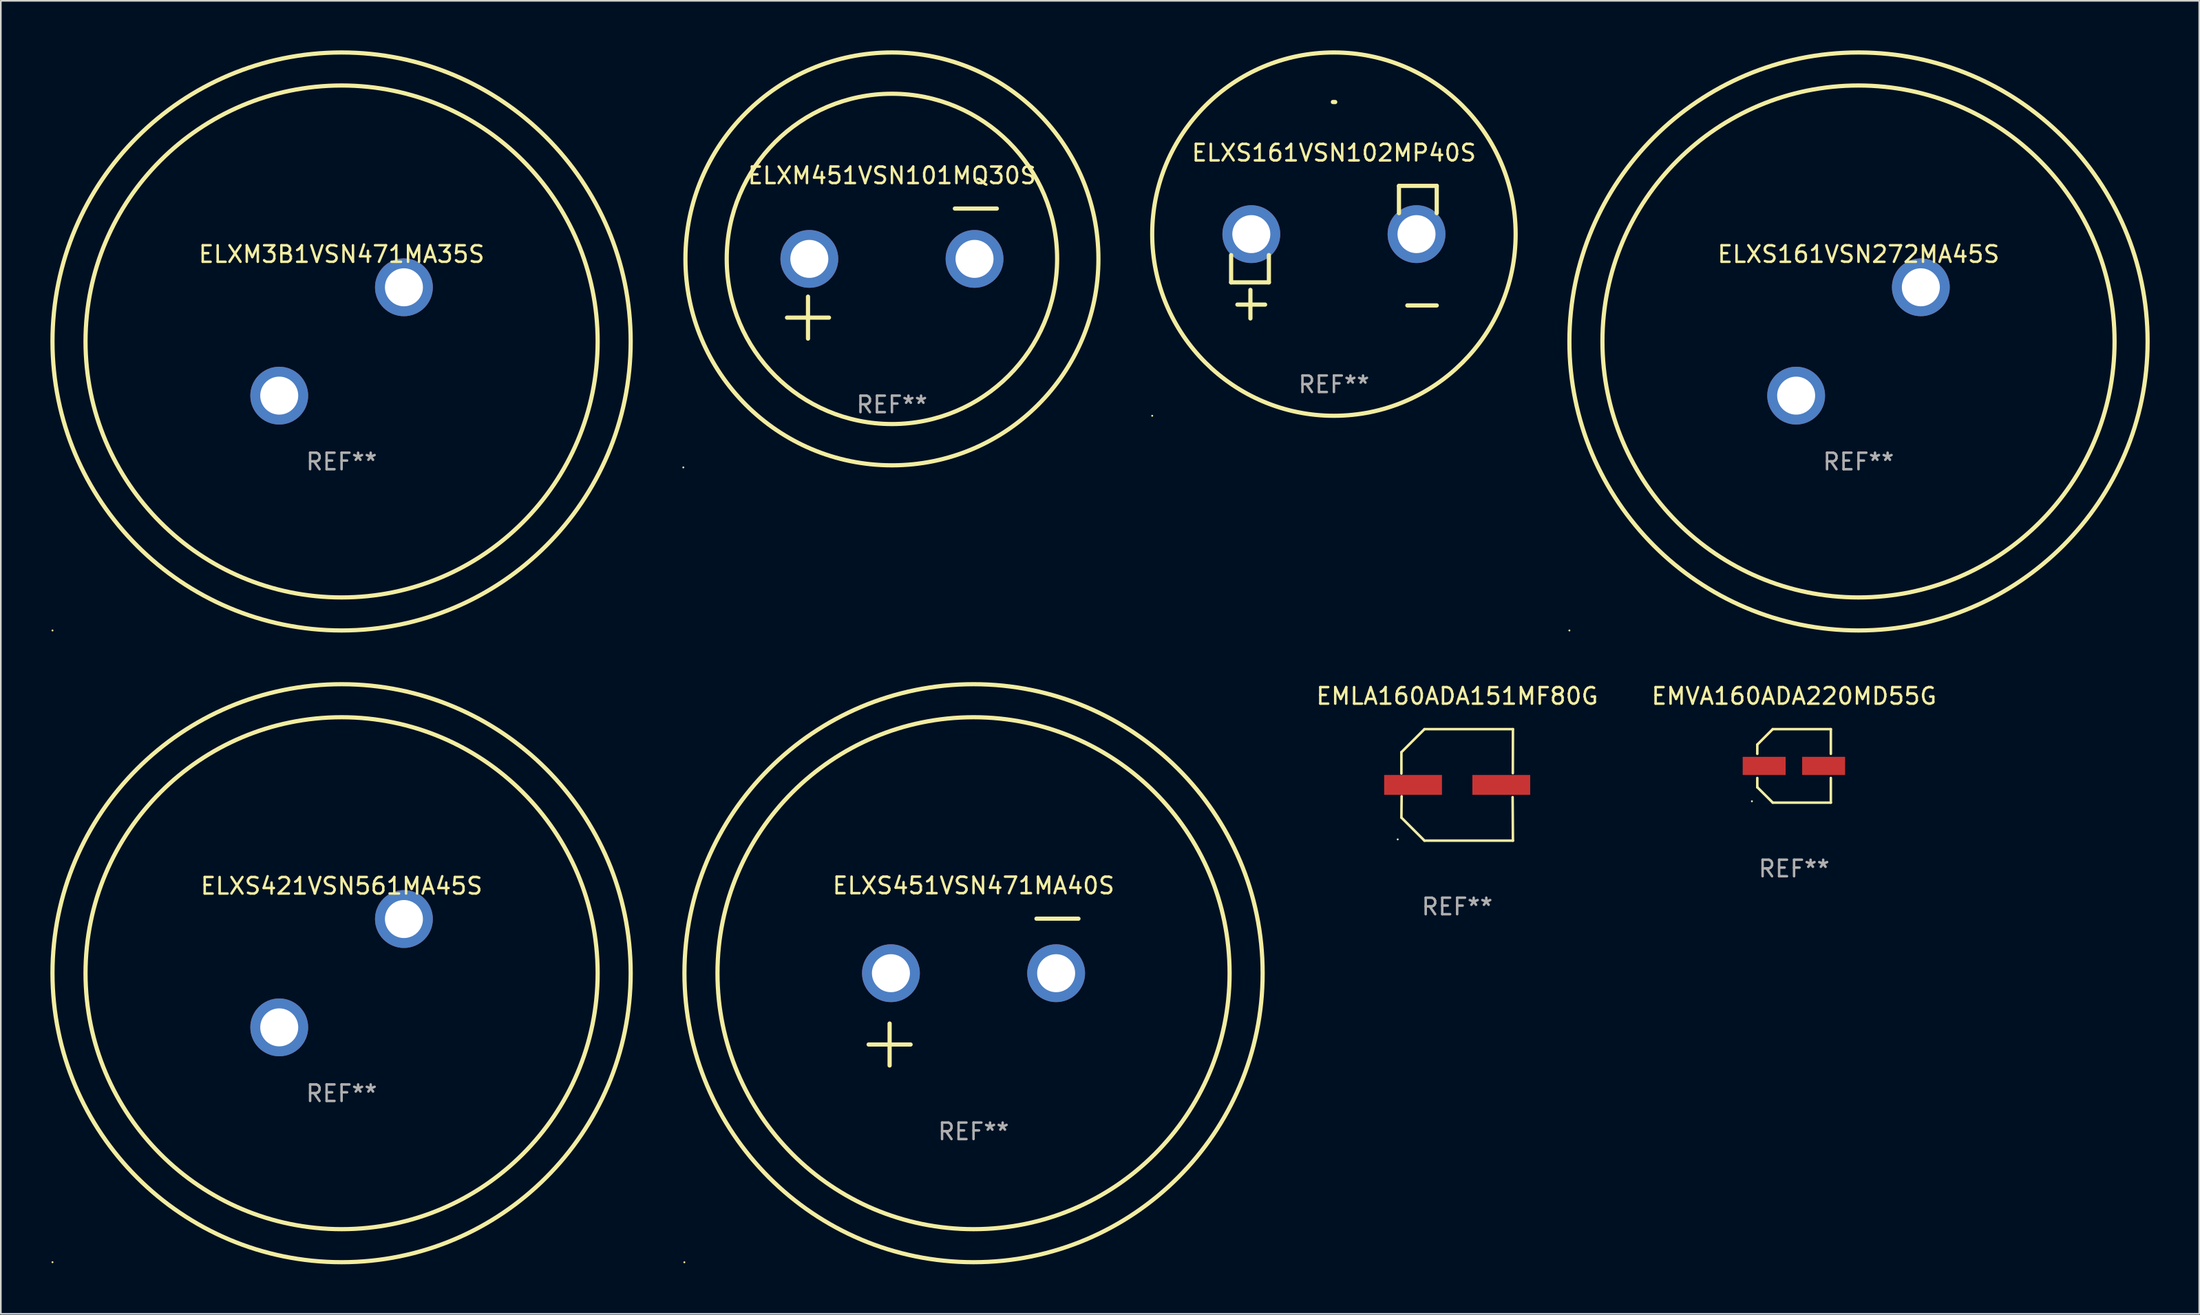
<source format=kicad_pcb>
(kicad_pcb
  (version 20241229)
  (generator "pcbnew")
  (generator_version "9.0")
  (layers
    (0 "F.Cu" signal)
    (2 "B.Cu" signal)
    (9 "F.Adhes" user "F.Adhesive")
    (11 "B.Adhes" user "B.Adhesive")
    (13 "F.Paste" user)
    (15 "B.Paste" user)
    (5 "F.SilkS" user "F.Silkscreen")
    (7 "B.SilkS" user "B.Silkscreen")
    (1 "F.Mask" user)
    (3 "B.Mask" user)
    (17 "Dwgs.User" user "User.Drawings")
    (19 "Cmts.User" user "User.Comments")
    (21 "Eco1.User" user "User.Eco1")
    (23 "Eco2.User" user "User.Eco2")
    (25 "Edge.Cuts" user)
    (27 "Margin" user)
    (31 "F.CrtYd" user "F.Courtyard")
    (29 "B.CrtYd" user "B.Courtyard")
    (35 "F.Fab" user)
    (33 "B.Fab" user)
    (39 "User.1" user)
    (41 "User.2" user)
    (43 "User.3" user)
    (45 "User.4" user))
  (footprint "ELXM451VSN101MQ30S"
    (layer "F.Cu")
    (at 50.941 13.516)
    (property "Reference" "ELXM451VSN101MQ30S" (at 0 -5.937 0) (layer "F.SilkS") (effects (font (size 1 1) (thickness 0.15))))
    (attr through_hole)
    (fp_line (start -6.35 2.667) (end -3.81 2.667) (stroke (width 0.254) (type solid)) (layer "F.SilkS"))
    (fp_line (start -5.08 1.397) (end -5.08 3.937) (stroke (width 0.254) (type solid)) (layer "F.SilkS"))
    (fp_line (start 3.81 -3.937) (end 6.35 -3.937) (stroke (width 0.254) (type solid)) (layer "F.SilkS"))
    (fp_circle (center -12.627 11.738) (end -12.597 11.738) (stroke (width 0.06) (type solid)) (fill no) (layer "F.SilkS"))
    (fp_circle (center 0 -0.889) (end 10 -0.889) (stroke (width 0.254) (type solid)) (fill no) (layer "F.SilkS"))
    (fp_circle (center 0 -0.889) (end 12.5 -0.889) (stroke (width 0.254) (type solid)) (fill no) (layer "F.SilkS"))
    (fp_text user "REF**" (at 0 7.937 0) (layer "F.Fab") (effects (font (size 1 1) (thickness 0.15))))
    (pad "1" thru_hole circle (at -5 -0.889) (size 3.5 3.5) (drill 2.3) (layers "*.Cu" "*.Mask"))
    (pad "2" thru_hole circle (at 5 -0.889) (size 3.5 3.5) (drill 2.3) (layers "*.Cu" "*.Mask")))
  (footprint "ELXS451VSN471MA40S"
    (layer "F.Cu")
    (at 55.881 57.024)
    (property "Reference" "ELXS451VSN471MA40S" (at 0 -6.445 0) (layer "F.SilkS") (effects (font (size 1 1) (thickness 0.15))))
    (attr through_hole)
    (fp_line (start -6.35 3.175) (end -3.81 3.175) (stroke (width 0.254) (type solid)) (layer "F.SilkS"))
    (fp_line (start -5.08 1.905) (end -5.08 4.445) (stroke (width 0.254) (type solid)) (layer "F.SilkS"))
    (fp_line (start 3.81 -4.445) (end 6.35 -4.445) (stroke (width 0.254) (type solid)) (layer "F.SilkS"))
    (fp_circle (center -17.505 16.362) (end -17.475 16.362) (stroke (width 0.06) (type solid)) (fill no) (layer "F.SilkS"))
    (fp_circle (center 0 -1.143) (end 15.5 -1.143) (stroke (width 0.254) (type solid)) (fill no) (layer "F.SilkS"))
    (fp_circle (center 0 -1.143) (end 17.5 -1.143) (stroke (width 0.254) (type solid)) (fill no) (layer "F.SilkS"))
    (fp_text user "REF**" (at 0 8.445 0) (layer "F.Fab") (effects (font (size 1 1) (thickness 0.15))))
    (pad "1" thru_hole circle (at -5 -1.143) (size 3.5 3.5) (drill 2.3) (layers "*.Cu" "*.Mask"))
    (pad "2" thru_hole circle (at 5 -1.143) (size 3.5 3.5) (drill 2.3) (layers "*.Cu" "*.Mask")))
  (footprint "ELXS421VSN561MA45S"
    (layer "F.Cu")
    (at 17.627 55.881)
    (property "Reference" "ELXS421VSN561MA45S" (at 0 -5.28 0) (layer "F.SilkS") (effects (font (size 1 1) (thickness 0.15))))
    (attr through_hole)
    (fp_circle (center -17.5 17.5) (end -17.47 17.5) (stroke (width 0.06) (type solid)) (fill no) (layer "F.SilkS"))
    (fp_circle (center 0.000127 0) (end 15.5 0) (stroke (width 0.254) (type solid)) (fill no) (layer "F.SilkS"))
    (fp_circle (center 0.000127 0) (end 17.5 0) (stroke (width 0.254) (type solid)) (fill no) (layer "F.SilkS"))
    (fp_text user "+" (at -2.209 6.481 0) (layer "B.Mask") (effects (font (size 1 1) (thickness 0.15))))
    (fp_text user "-" (at 3.792 -0.019 0) (layer "B.Mask") (effects (font (size 1 1) (thickness 0.15))))
    (fp_text user "REF**" (at 0 7.28 0) (layer "F.Fab") (effects (font (size 1 1) (thickness 0.15))))
    (pad "1" thru_hole circle (at -3.774 3.28) (size 3.5 3.5) (drill 2.3) (layers "*.Cu" "*.Mask"))
    (pad "2" thru_hole circle (at 3.774 -3.28) (size 3.5 3.5) (drill 2.3) (layers "*.Cu" "*.Mask")))
  (footprint "EMVA160ADA220MD55G"
    (layer "F.Cu")
    (at 105.55 43.328)
    (property "Reference" "EMVA160ADA220MD55G" (at 0 -4.226 0) (layer "F.SilkS") (effects (font (size 1 1) (thickness 0.15))))
    (attr through_hole)
    (fp_line (start -2.226 -1.289) (end -2.226 -0.73) (stroke (width 0.152) (type solid)) (layer "F.SilkS"))
    (fp_line (start -2.226 0.731) (end -2.226 1.291) (stroke (width 0.152) (type solid)) (layer "F.SilkS"))
    (fp_line (start -2.226 1.291) (end -2.226 1.291) (stroke (width 0.152) (type solid)) (layer "F.SilkS"))
    (fp_line (start -1.29 -2.226) (end -2.226 -1.289) (stroke (width 0.152) (type solid)) (layer "F.SilkS"))
    (fp_line (start -1.289 2.226) (end -2.226 1.291) (stroke (width 0.152) (type solid)) (layer "F.SilkS"))
    (fp_line (start 2.226 -2.226) (end -1.29 -2.226) (stroke (width 0.152) (type solid)) (layer "F.SilkS"))
    (fp_line (start 2.226 -0.73) (end 2.226 -2.226) (stroke (width 0.152) (type solid)) (layer "F.SilkS"))
    (fp_line (start 2.226 2.226) (end -1.289 2.226) (stroke (width 0.152) (type solid)) (layer "F.SilkS"))
    (fp_line (start 2.226 2.226) (end 2.226 0.731) (stroke (width 0.152) (type solid)) (layer "F.SilkS"))
    (fp_circle (center -2.551 2.142) (end -2.521 2.142) (stroke (width 0.06) (type solid)) (fill no) (layer "F.SilkS"))
    (fp_text user "REF**" (at 0 6.226 0) (layer "F.Fab") (effects (font (size 1 1) (thickness 0.15))))
    (pad "1" smd rect (at -1.81 0.001) (size 2.6 1.1) (layers "F.Cu" "F.Mask" "F.Paste"))
    (pad "2" smd rect (at 1.79 0.001) (size 2.6 1.1) (layers "F.Cu" "F.Mask" "F.Paste")))
  (footprint "ELXM3B1VSN471MA35S"
    (layer "F.Cu")
    (at 17.627 17.627)
    (property "Reference" "ELXM3B1VSN471MA35S" (at 0 -5.28 0) (layer "F.SilkS") (effects (font (size 1 1) (thickness 0.15))))
    (attr through_hole)
    (fp_circle (center -17.5 17.5) (end -17.47 17.5) (stroke (width 0.06) (type solid)) (fill no) (layer "F.SilkS"))
    (fp_circle (center 0.000127 0) (end 15.5 0) (stroke (width 0.254) (type solid)) (fill no) (layer "F.SilkS"))
    (fp_circle (center 0.000127 0) (end 17.5 0) (stroke (width 0.254) (type solid)) (fill no) (layer "F.SilkS"))
    (fp_text user "+" (at -2.209 6.481 0) (layer "B.Mask") (effects (font (size 1 1) (thickness 0.15))))
    (fp_text user "-" (at 3.792 -0.019 0) (layer "B.Mask") (effects (font (size 1 1) (thickness 0.15))))
    (fp_text user "REF**" (at 0 7.28 0) (layer "F.Fab") (effects (font (size 1 1) (thickness 0.15))))
    (pad "1" thru_hole circle (at -3.774 3.28) (size 3.5 3.5) (drill 2.3) (layers "*.Cu" "*.Mask"))
    (pad "2" thru_hole circle (at 3.774 -3.28) (size 3.5 3.5) (drill 2.3) (layers "*.Cu" "*.Mask")))
  (footprint "ELXS161VSN272MA45S"
    (layer "F.Cu")
    (at 109.45 17.627)
    (property "Reference" "ELXS161VSN272MA45S" (at 0 -5.28 0) (layer "F.SilkS") (effects (font (size 1 1) (thickness 0.15))))
    (attr through_hole)
    (fp_circle (center -17.5 17.5) (end -17.47 17.5) (stroke (width 0.06) (type solid)) (fill no) (layer "F.SilkS"))
    (fp_circle (center 0.000127 0) (end 15.5 0) (stroke (width 0.254) (type solid)) (fill no) (layer "F.SilkS"))
    (fp_circle (center 0.000127 0) (end 17.5 0) (stroke (width 0.254) (type solid)) (fill no) (layer "F.SilkS"))
    (fp_text user "+" (at -2.209 6.481 0) (layer "B.Mask") (effects (font (size 1 1) (thickness 0.15))))
    (fp_text user "-" (at 3.792 -0.019 0) (layer "B.Mask") (effects (font (size 1 1) (thickness 0.15))))
    (fp_text user "REF**" (at 0 7.28 0) (layer "F.Fab") (effects (font (size 1 1) (thickness 0.15))))
    (pad "1" thru_hole circle (at -3.774 3.28) (size 3.5 3.5) (drill 2.3) (layers "*.Cu" "*.Mask"))
    (pad "2" thru_hole circle (at 3.774 -3.28) (size 3.5 3.5) (drill 2.3) (layers "*.Cu" "*.Mask")))
  (footprint "EMLA160ADA151MF80G"
    (layer "F.Cu")
    (at 85.157 44.478)
    (property "Reference" "EMLA160ADA151MF80G" (at 0 -5.376 0) (layer "F.SilkS") (effects (font (size 1 1) (thickness 0.15))))
    (attr through_hole)
    (fp_line (start -3.376 -1.98) (end -3.376 -0.686) (stroke (width 0.152) (type solid)) (layer "F.SilkS"))
    (fp_line (start -3.376 1.981) (end -3.362 0.686) (stroke (width 0.152) (type solid)) (layer "F.SilkS"))
    (fp_line (start -1.981 3.376) (end -3.376 1.981) (stroke (width 0.152) (type solid)) (layer "F.SilkS"))
    (fp_line (start -1.98 -3.376) (end -3.376 -1.98) (stroke (width 0.152) (type solid)) (layer "F.SilkS"))
    (fp_line (start 3.356 0.74) (end 3.376 3.376) (stroke (width 0.152) (type solid)) (layer "F.SilkS"))
    (fp_line (start 3.369 -0.707) (end 3.376 -3.376) (stroke (width 0.152) (type solid)) (layer "F.SilkS"))
    (fp_line (start 3.376 3.376) (end -1.981 3.376) (stroke (width 0.152) (type solid)) (layer "F.SilkS"))
    (fp_line (start 3.376 -3.376) (end -1.98 -3.376) (stroke (width 0.152) (type solid)) (layer "F.SilkS"))
    (fp_circle (center -3.6 3.3) (end -3.57 3.3) (stroke (width 0.06) (type solid)) (fill no) (layer "F.SilkS"))
    (fp_text user "REF**" (at 0 7.376 0) (layer "F.Fab") (effects (font (size 1 1) (thickness 0.15))))
    (pad "1" smd rect (at -2.67 0.000152) (size 3.5 1.2) (layers "F.Cu" "F.Mask" "F.Paste"))
    (pad "2" smd rect (at 2.67 0.000152) (size 3.5 1.2) (layers "F.Cu" "F.Mask" "F.Paste")))
  (footprint "ELXS161VSN102MP40S"
    (layer "F.Cu")
    (at 77.696 12.219)
    (property "Reference" "ELXS161VSN102MP40S" (at 0 -6.013 0) (layer "F.SilkS") (effects (font (size 1 1) (thickness 0.15))))
    (attr through_hole)
    (fp_line (start -6.223 0.178) (end -6.223 1.829) (stroke (width 0.254) (type solid)) (layer "F.SilkS"))
    (fp_line (start -6.223 1.829) (end -3.937 1.829) (stroke (width 0.254) (type solid)) (layer "F.SilkS"))
    (fp_line (start -5.055 4.013) (end -5.055 2.286) (stroke (width 0.254) (type solid)) (layer "F.SilkS"))
    (fp_line (start -4.166 3.175) (end -5.842 3.175) (stroke (width 0.254) (type solid)) (layer "F.SilkS"))
    (fp_line (start -3.937 1.829) (end -3.937 0.178) (stroke (width 0.254) (type solid)) (layer "F.SilkS"))
    (fp_line (start 3.937 -4.013) (end 3.937 -2.362) (stroke (width 0.254) (type solid)) (layer "F.SilkS"))
    (fp_line (start 6.223 -4.013) (end 3.937 -4.013) (stroke (width 0.254) (type solid)) (layer "F.SilkS"))
    (fp_line (start 6.223 -2.362) (end 6.223 -4.013) (stroke (width 0.254) (type solid)) (layer "F.SilkS"))
    (fp_line (start 6.223 3.226) (end 4.445 3.226) (stroke (width 0.254) (type solid)) (layer "F.SilkS"))
    (fp_arc (start -0.062256 -9.092228) (mid 0.007852 -9.091512) (end 0.077952 -9.090196) (stroke (width 0.254001) (type solid)) (layer "F.SilkS"))
    (fp_circle (center -11 9.908) (end -10.97 9.908) (stroke (width 0.06) (type solid)) (fill no) (layer "F.SilkS"))
    (fp_circle (center 0 -1.092) (end 11 -1.092) (stroke (width 0.254) (type solid)) (fill no) (layer "F.SilkS"))
    (fp_text user "REF**" (at 0 8.013 0) (layer "F.Fab") (effects (font (size 1 1) (thickness 0.15))))
    (pad "1" thru_hole circle (at -5 -1.092) (size 3.5 3.5) (drill 2.3) (layers "*.Cu" "*.Mask"))
    (pad "2" thru_hole circle (at 5 -1.092) (size 3.5 3.5) (drill 2.3) (layers "*.Cu" "*.Mask")))
  (gr_rect
    (start -3 -3)
    (end 130.077 76.509)
    (stroke (width 0.1) (type default))
    (fill no)
    (layer "Edge.Cuts")))
</source>
